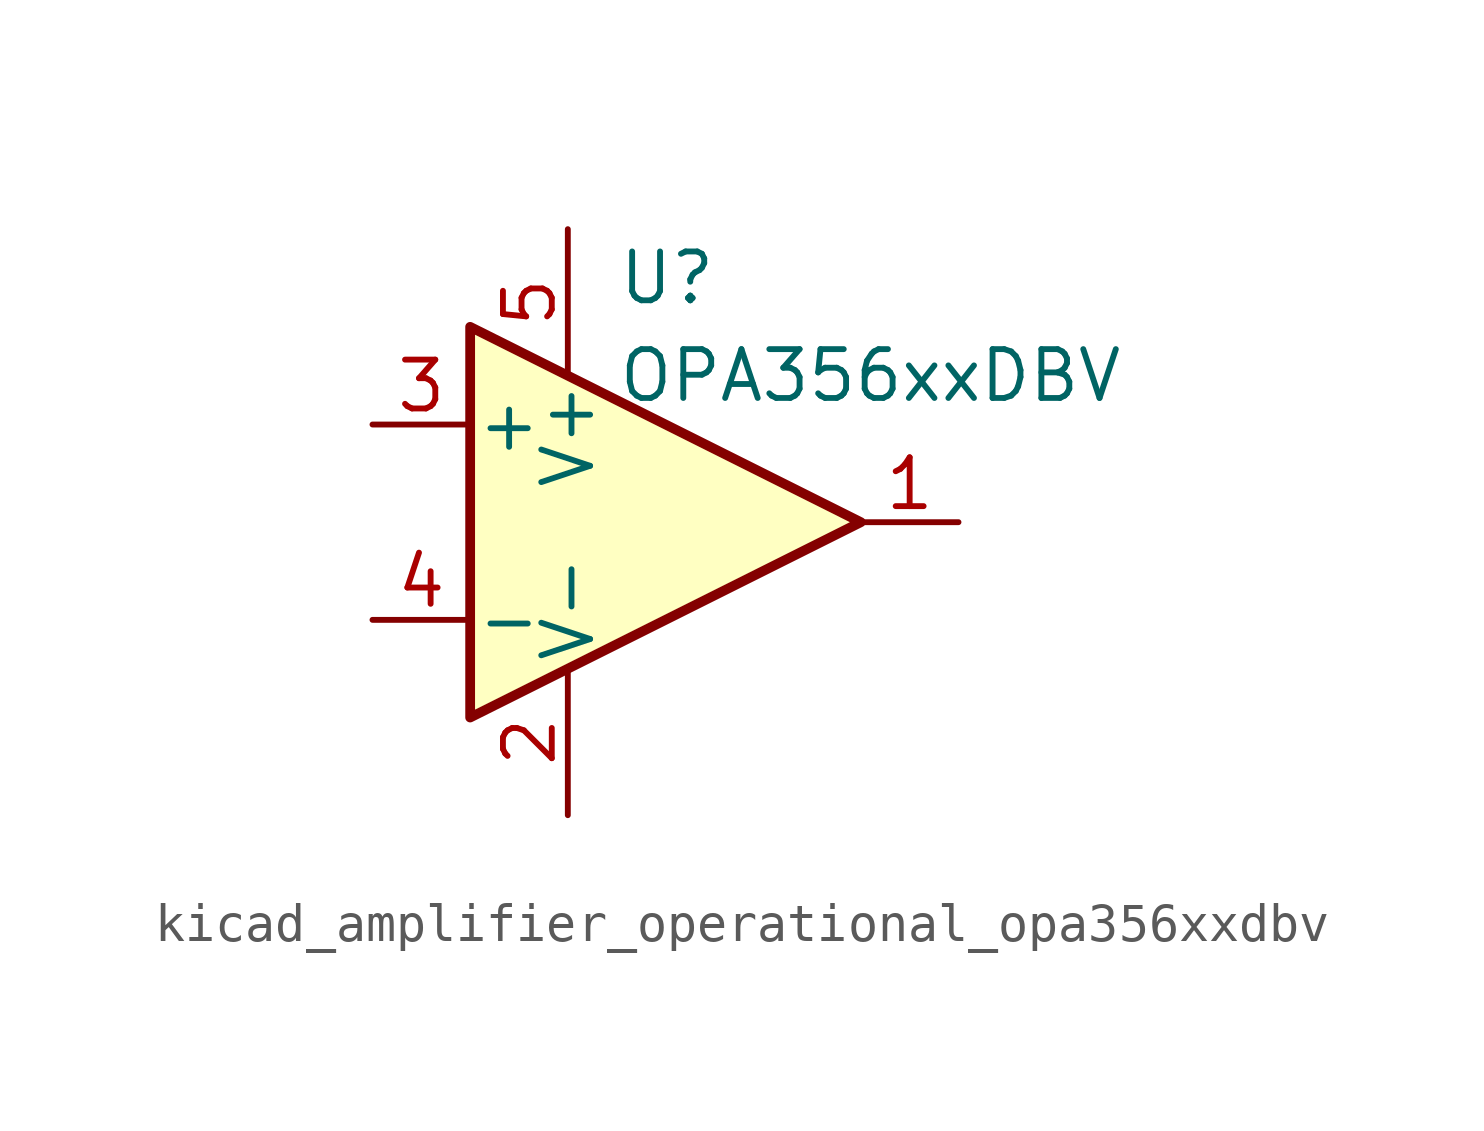
<source format=kicad_sym>
(kicad_symbol_lib
  (version 20220914)
  (generator kicad_symbol_editor)
  (symbol "kicad_amplifier_operational_opa356xxdbv"
    (pin_names
      (offset 0.127))
    (property "Reference" "U"
      (at -1.27 6.35 0)
      (effects (font (size 1.27 1.27)) (justify left)))
    (property "Value" "OPA356xxDBV"
      (at -1.27 3.81 0)
      (effects (font (size 1.27 1.27)) (justify left)))
    (symbol "kicad_amplifier_operational_opa356xxdbv_0_1"
      (polyline (pts (xy -5.08 5.08) (xy 5.08 0) (xy -5.08 -5.08) (xy -5.08 5.08)) (stroke (width 0.254) (type default)) (fill (type background)))
      (pin power_in line (at -2.54 -7.62 90) (length 3.81) (name "V-" (effects (font (size 1.27 1.27)))) (number "2" (effects (font (size 1.27 1.27)))))
      (pin power_in line (at -2.54 7.62 270) (length 3.81) (name "V+" (effects (font (size 1.27 1.27)))) (number "5" (effects (font (size 1.27 1.27))))))
    (symbol "kicad_amplifier_operational_opa356xxdbv_1_1"
      (pin output line (at 7.62 0 180) (length 2.54) (name "~" (effects (font (size 1.27 1.27)))) (number "1" (effects (font (size 1.27 1.27)))))
      (pin input line (at -7.62 2.54 0) (length 2.54) (name "+" (effects (font (size 1.27 1.27)))) (number "3" (effects (font (size 1.27 1.27)))))
      (pin input line (at -7.62 -2.54 0) (length 2.54) (name "-" (effects (font (size 1.27 1.27)))) (number "4" (effects (font (size 1.27 1.27))))))))
</source>
